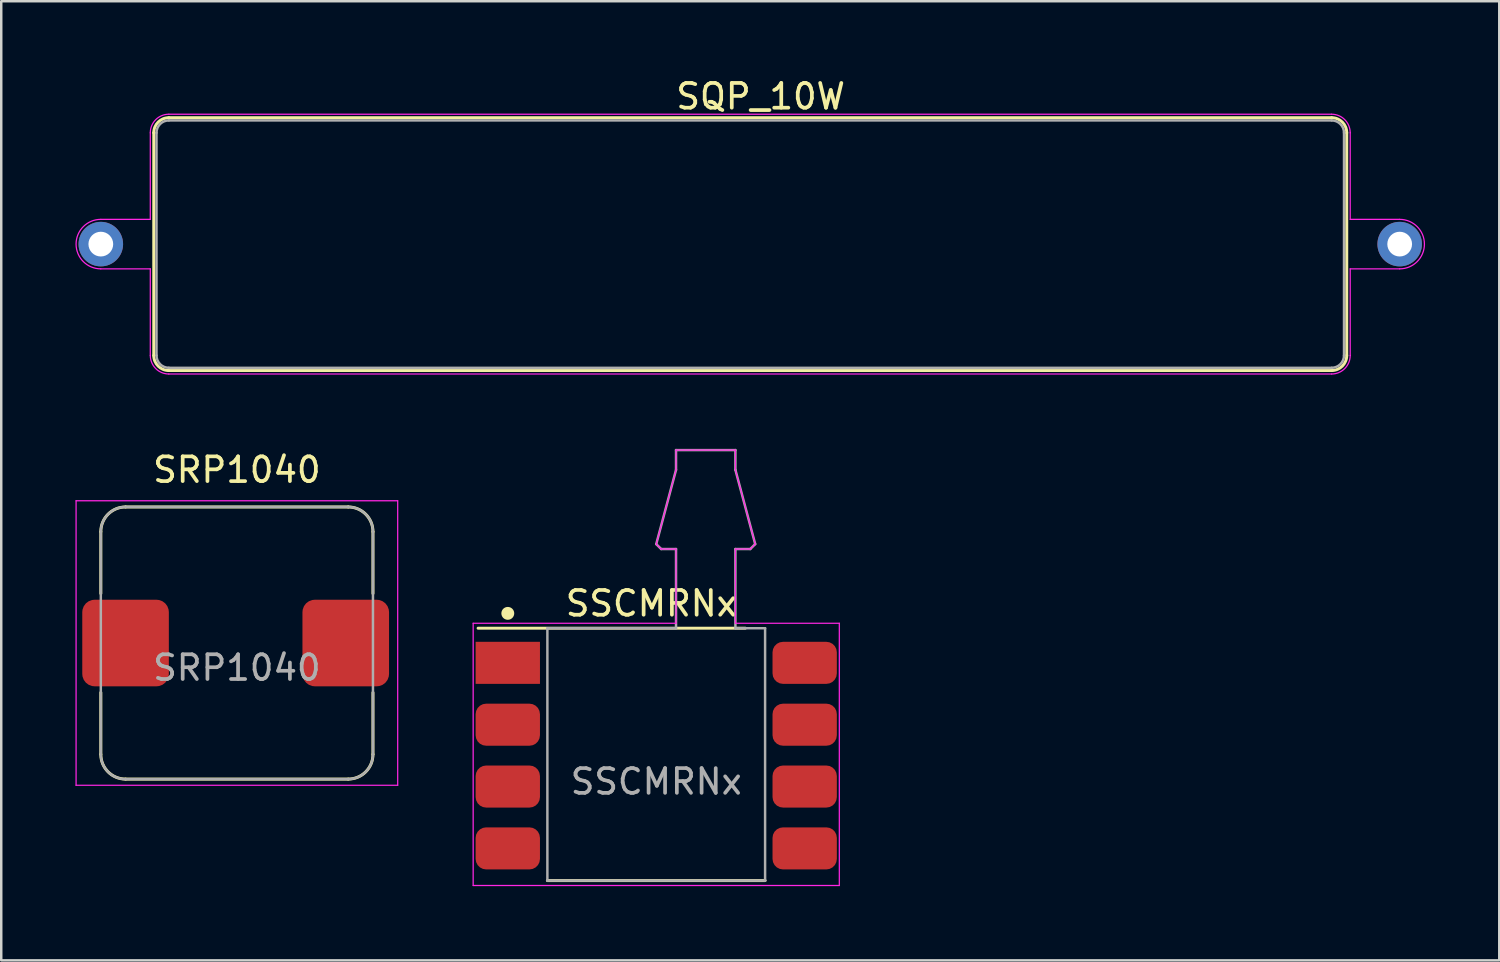
<source format=kicad_pcb>
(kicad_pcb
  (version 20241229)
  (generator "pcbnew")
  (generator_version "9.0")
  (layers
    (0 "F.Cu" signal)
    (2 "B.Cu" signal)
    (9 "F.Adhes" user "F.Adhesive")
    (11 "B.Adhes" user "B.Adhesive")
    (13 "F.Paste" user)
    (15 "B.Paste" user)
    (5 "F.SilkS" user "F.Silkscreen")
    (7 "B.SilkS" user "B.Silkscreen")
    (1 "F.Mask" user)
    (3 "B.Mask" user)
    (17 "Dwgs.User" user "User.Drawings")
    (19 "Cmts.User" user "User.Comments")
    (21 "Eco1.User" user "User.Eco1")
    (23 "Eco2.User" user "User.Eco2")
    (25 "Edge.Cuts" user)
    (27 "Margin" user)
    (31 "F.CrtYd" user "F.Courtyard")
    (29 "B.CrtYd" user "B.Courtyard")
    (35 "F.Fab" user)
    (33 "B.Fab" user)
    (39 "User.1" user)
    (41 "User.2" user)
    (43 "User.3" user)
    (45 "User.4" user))
  (footprint "SRP1040"
    (layer "F.Cu")
    (at 6.525 22.941)
    (property "Reference" "SRP1040" (at 0 -7 0) (unlocked yes) (layer "F.SilkS") (effects (font (size 1 1) (thickness 0.15))))
    (attr smd)
    (fp_line (start -5.5 -2) (end -5.5 -4.5) (stroke (width 0.12) (type solid)) (layer "F.SilkS"))
    (fp_line (start -5.5 4.5) (end -5.5 2) (stroke (width 0.12) (type solid)) (layer "F.SilkS"))
    (fp_line (start -4.5 5.5) (end 4.5 5.5) (stroke (width 0.12) (type solid)) (layer "F.SilkS"))
    (fp_line (start 4.5 -5.5) (end -4.5 -5.5) (stroke (width 0.12) (type solid)) (layer "F.SilkS"))
    (fp_line (start 5.5 -4.5) (end 5.5 -2) (stroke (width 0.12) (type solid)) (layer "F.SilkS"))
    (fp_line (start 5.5 4.5) (end 5.5 2) (stroke (width 0.12) (type solid)) (layer "F.SilkS"))
    (fp_arc (start -5.5 -4.5) (mid -5.207107 -5.207107) (end -4.5 -5.5) (stroke (width 0.12) (type solid)) (layer "F.SilkS"))
    (fp_arc (start -4.5 5.5) (mid -5.207107 5.207107) (end -5.5 4.5) (stroke (width 0.12) (type solid)) (layer "F.SilkS"))
    (fp_arc (start 4.5 -5.5) (mid 5.207107 -5.207107) (end 5.5 -4.5) (stroke (width 0.12) (type solid)) (layer "F.SilkS"))
    (fp_arc (start 5.5 4.5) (mid 5.207107 5.207107) (end 4.5 5.5) (stroke (width 0.12) (type solid)) (layer "F.SilkS"))
    (fp_line (start -6.5 -5.75) (end -6.5 5.75) (stroke (width 0.05) (type solid)) (layer "F.CrtYd"))
    (fp_line (start -6.5 5.75) (end 6.5 5.75) (stroke (width 0.05) (type solid)) (layer "F.CrtYd"))
    (fp_line (start 6.5 -5.75) (end -6.5 -5.75) (stroke (width 0.05) (type solid)) (layer "F.CrtYd"))
    (fp_line (start 6.5 5.75) (end 6.5 -5.75) (stroke (width 0.05) (type solid)) (layer "F.CrtYd"))
    (fp_line (start -5.5 -4.5) (end -5.5 4.5) (stroke (width 0.1) (type solid)) (layer "F.Fab"))
    (fp_line (start -4.5 5.5) (end 4.5 5.5) (stroke (width 0.1) (type solid)) (layer "F.Fab"))
    (fp_line (start 4.5 -5.5) (end -4.5 -5.5) (stroke (width 0.1) (type solid)) (layer "F.Fab"))
    (fp_line (start 5.5 4.5) (end 5.5 -4.5) (stroke (width 0.1) (type solid)) (layer "F.Fab"))
    (fp_arc (start -5.5 -4.5) (mid -5.207107 -5.207107) (end -4.5 -5.5) (stroke (width 0.1) (type solid)) (layer "F.Fab"))
    (fp_arc (start -4.5 5.5) (mid -5.207107 5.207107) (end -5.5 4.5) (stroke (width 0.1) (type solid)) (layer "F.Fab"))
    (fp_arc (start 4.5 -5.5) (mid 5.207107 -5.207107) (end 5.5 -4.5) (stroke (width 0.1) (type solid)) (layer "F.Fab"))
    (fp_arc (start 5.5 4.5) (mid 5.207107 5.207107) (end 4.5 5.5) (stroke (width 0.1) (type solid)) (layer "F.Fab"))
    (fp_text user "${REFERENCE}" (at 0 1 0) (unlocked yes) (layer "F.Fab") (effects (font (size 1 1) (thickness 0.15))))
    (pad "1" smd roundrect (at -4.5 0) (size 3.5 3.5) (layers "F.Cu" "F.Mask" "F.Paste") (roundrect_rratio 0.143))
    (pad "2" smd roundrect (at 4.4 0) (size 3.5 3.5) (layers "F.Cu" "F.Mask" "F.Paste") (roundrect_rratio 0.143)))
  (footprint "SSCMRNx"
    (layer "F.Cu")
    (at 23.475 27.542)
    (property "Reference" "SSCMRNx" (at -0.2 -6.2 0) (unlocked yes) (layer "F.SilkS") (effects (font (size 1 1) (thickness 0.15))))
    (attr smd)
    (fp_line (start -7.2 -5.2) (end 3.6 -5.2) (stroke (width 0.12) (type solid)) (layer "F.SilkS"))
    (fp_line (start -4.4 5) (end 4.4 5) (stroke (width 0.12) (type solid)) (layer "F.SilkS"))
    (fp_circle (center -6 -5.8) (end -5.8 -5.8) (stroke (width 0.12) (type solid)) (fill yes) (layer "F.SilkS"))
    (fp_line (start -7.4 -5.4) (end -7.4 5.2) (stroke (width 0.05) (type solid)) (layer "F.CrtYd"))
    (fp_line (start -7.4 5.2) (end 7.4 5.2) (stroke (width 0.05) (type solid)) (layer "F.CrtYd"))
    (fp_line (start 0 -8.6) (end 0.2 -8.4) (stroke (width 0.05) (type solid)) (layer "F.CrtYd"))
    (fp_line (start 0.2 -8.4) (end 0.8 -8.4) (stroke (width 0.05) (type solid)) (layer "F.CrtYd"))
    (fp_line (start 0.8 -12.4) (end 0.8 -11.6) (stroke (width 0.05) (type solid)) (layer "F.CrtYd"))
    (fp_line (start 0.8 -11.6) (end 0 -8.6) (stroke (width 0.05) (type solid)) (layer "F.CrtYd"))
    (fp_line (start 0.8 -8.4) (end 0.8 -5.4) (stroke (width 0.05) (type solid)) (layer "F.CrtYd"))
    (fp_line (start 0.8 -5.4) (end -7.4 -5.4) (stroke (width 0.05) (type solid)) (layer "F.CrtYd"))
    (fp_line (start 3.2 -12.4) (end 0.8 -12.4) (stroke (width 0.05) (type solid)) (layer "F.CrtYd"))
    (fp_line (start 3.2 -11.6) (end 3.2 -12.4) (stroke (width 0.05) (type solid)) (layer "F.CrtYd"))
    (fp_line (start 3.2 -8.4) (end 3.8 -8.4) (stroke (width 0.05) (type solid)) (layer "F.CrtYd"))
    (fp_line (start 3.2 -5.4) (end 3.2 -8.4) (stroke (width 0.05) (type solid)) (layer "F.CrtYd"))
    (fp_line (start 3.8 -8.4) (end 4 -8.6) (stroke (width 0.05) (type solid)) (layer "F.CrtYd"))
    (fp_line (start 4 -8.6) (end 3.2 -11.6) (stroke (width 0.05) (type solid)) (layer "F.CrtYd"))
    (fp_line (start 7.4 -5.4) (end 3.2 -5.4) (stroke (width 0.05) (type solid)) (layer "F.CrtYd"))
    (fp_line (start 7.4 5.2) (end 7.4 -5.4) (stroke (width 0.05) (type solid)) (layer "F.CrtYd"))
    (fp_line (start -4.4 -5.2) (end 0.8 -5.2) (stroke (width 0.1) (type solid)) (layer "F.Fab"))
    (fp_line (start -4.4 5) (end -4.4 -5.2) (stroke (width 0.1) (type solid)) (layer "F.Fab"))
    (fp_line (start 0 -8.6) (end 0.8 -11.6) (stroke (width 0.1) (type solid)) (layer "F.Fab"))
    (fp_line (start 0.2 -8.4) (end 0 -8.6) (stroke (width 0.1) (type solid)) (layer "F.Fab"))
    (fp_line (start 0.8 -12.4) (end 3.2 -12.4) (stroke (width 0.1) (type solid)) (layer "F.Fab"))
    (fp_line (start 0.8 -11.6) (end 0.8 -12.4) (stroke (width 0.1) (type solid)) (layer "F.Fab"))
    (fp_line (start 0.8 -8.4) (end 0.2 -8.4) (stroke (width 0.1) (type solid)) (layer "F.Fab"))
    (fp_line (start 0.8 -5.2) (end 0.8 -8.4) (stroke (width 0.1) (type solid)) (layer "F.Fab"))
    (fp_line (start 3.2 -12.4) (end 3.2 -11.6) (stroke (width 0.1) (type solid)) (layer "F.Fab"))
    (fp_line (start 3.2 -11.6) (end 4 -8.6) (stroke (width 0.1) (type solid)) (layer "F.Fab"))
    (fp_line (start 3.2 -8.4) (end 3.2 -5.2) (stroke (width 0.1) (type solid)) (layer "F.Fab"))
    (fp_line (start 3.2 -5.2) (end 4.4 -5.2) (stroke (width 0.1) (type solid)) (layer "F.Fab"))
    (fp_line (start 3.8 -8.4) (end 3.2 -8.4) (stroke (width 0.1) (type solid)) (layer "F.Fab"))
    (fp_line (start 4 -8.6) (end 3.8 -8.4) (stroke (width 0.1) (type solid)) (layer "F.Fab"))
    (fp_line (start 4.4 -5.2) (end 4.4 5) (stroke (width 0.1) (type solid)) (layer "F.Fab"))
    (fp_line (start 4.4 5) (end -4.4 5) (stroke (width 0.1) (type solid)) (layer "F.Fab"))
    (fp_text user "${REFERENCE}" (at 0 1 0) (unlocked yes) (layer "F.Fab") (effects (font (size 1 1) (thickness 0.15))))
    (pad "1" smd rect (at -6 -3.8) (size 2.6 1.7) (layers "F.Cu" "F.Mask" "F.Paste"))
    (pad "2" smd roundrect (at -6 -1.3) (size 2.6 1.7) (layers "F.Cu" "F.Mask" "F.Paste") (roundrect_rratio 0.25))
    (pad "3" smd roundrect (at -6 1.2) (size 2.6 1.7) (layers "F.Cu" "F.Mask" "F.Paste") (roundrect_rratio 0.25))
    (pad "4" smd roundrect (at -6 3.7) (size 2.6 1.7) (layers "F.Cu" "F.Mask" "F.Paste") (roundrect_rratio 0.25))
    (pad "5" smd roundrect (at 6 3.7) (size 2.6 1.7) (layers "F.Cu" "F.Mask" "F.Paste") (roundrect_rratio 0.25))
    (pad "6" smd roundrect (at 6 1.2) (size 2.6 1.7) (layers "F.Cu" "F.Mask" "F.Paste") (roundrect_rratio 0.25))
    (pad "7" smd roundrect (at 6 -1.3) (size 2.6 1.7) (layers "F.Cu" "F.Mask" "F.Paste") (roundrect_rratio 0.25))
    (pad "8" smd roundrect (at 6 -3.8) (size 2.6 1.7) (layers "F.Cu" "F.Mask" "F.Paste") (roundrect_rratio 0.25)))
  (footprint "SQP_10W"
    (layer "F.Cu")
    (at 1.025 6.817)
    (property "Reference" "SQP_10W" (at 26.67 -5.969 0) (layer "F.SilkS") (effects (font (size 1 1) (thickness 0.15))))
    (attr through_hole)
    (fp_line (start 2.14 -4.5) (end 2.14 4.5) (stroke (width 0.12) (type solid)) (layer "F.SilkS"))
    (fp_line (start 2.75 -5.11) (end 49.75 -5.11) (stroke (width 0.12) (type solid)) (layer "F.SilkS"))
    (fp_line (start 2.75 5.11) (end 49.75 5.11) (stroke (width 0.12) (type solid)) (layer "F.SilkS"))
    (fp_line (start 50.36 -4.5) (end 50.36 4.5) (stroke (width 0.12) (type solid)) (layer "F.SilkS"))
    (fp_arc (start 2.14 -4.5) (mid 2.318665 -4.931335) (end 2.75 -5.11) (stroke (width 0.12) (type solid)) (layer "F.SilkS"))
    (fp_arc (start 2.75 5.110001) (mid 2.318664 4.931336) (end 2.139999 4.5) (stroke (width 0.12) (type solid)) (layer "F.SilkS"))
    (fp_arc (start 49.75 -5.11) (mid 50.181335 -4.931335) (end 50.36 -4.5) (stroke (width 0.12) (type solid)) (layer "F.SilkS"))
    (fp_arc (start 50.36 4.5) (mid 50.181335 4.931335) (end 49.75 5.11) (stroke (width 0.12) (type solid)) (layer "F.SilkS"))
    (fp_line (start 0 -1) (end 2 -1) (stroke (width 0.05) (type solid)) (layer "F.CrtYd"))
    (fp_line (start 0 1) (end 2 1) (stroke (width 0.05) (type solid)) (layer "F.CrtYd"))
    (fp_line (start 2 -4.5) (end 2 -1) (stroke (width 0.05) (type solid)) (layer "F.CrtYd"))
    (fp_line (start 2 1) (end 2 4.5) (stroke (width 0.05) (type solid)) (layer "F.CrtYd"))
    (fp_line (start 2.75 -5.25) (end 49.75 -5.25) (stroke (width 0.05) (type solid)) (layer "F.CrtYd"))
    (fp_line (start 2.75 5.25) (end 49.75 5.25) (stroke (width 0.05) (type solid)) (layer "F.CrtYd"))
    (fp_line (start 50.5 -4.5) (end 50.5 -1) (stroke (width 0.05) (type solid)) (layer "F.CrtYd"))
    (fp_line (start 50.5 1) (end 50.5 4.5) (stroke (width 0.05) (type solid)) (layer "F.CrtYd"))
    (fp_line (start 52.5 -1) (end 50.5 -1) (stroke (width 0.05) (type solid)) (layer "F.CrtYd"))
    (fp_line (start 52.5 1) (end 50.5 1) (stroke (width 0.05) (type solid)) (layer "F.CrtYd"))
    (fp_arc (start 0 1) (mid -1 0) (end 0 -1) (stroke (width 0.05) (type solid)) (layer "F.CrtYd"))
    (fp_arc (start 2 -4.5) (mid 2.21967 -5.03033) (end 2.75 -5.25) (stroke (width 0.05) (type solid)) (layer "F.CrtYd"))
    (fp_arc (start 2.75 5.250001) (mid 2.219669 5.030331) (end 1.999999 4.5) (stroke (width 0.05) (type solid)) (layer "F.CrtYd"))
    (fp_arc (start 49.75 -5.25) (mid 50.28033 -5.03033) (end 50.5 -4.5) (stroke (width 0.05) (type solid)) (layer "F.CrtYd"))
    (fp_arc (start 50.5 4.5) (mid 50.28033 5.03033) (end 49.75 5.25) (stroke (width 0.05) (type solid)) (layer "F.CrtYd"))
    (fp_arc (start 52.5 -0.999999) (mid 53.499999 0) (end 52.5 0.999999) (stroke (width 0.05) (type solid)) (layer "F.CrtYd"))
    (fp_line (start 2.25 -4.5) (end 2.25 4.5) (stroke (width 0.1) (type solid)) (layer "F.Fab"))
    (fp_line (start 2.75 -5) (end 49.75 -5) (stroke (width 0.1) (type solid)) (layer "F.Fab"))
    (fp_line (start 2.75 5) (end 49.75 5) (stroke (width 0.1) (type solid)) (layer "F.Fab"))
    (fp_line (start 50.25 -4.5) (end 50.25 4.5) (stroke (width 0.1) (type solid)) (layer "F.Fab"))
    (fp_arc (start 2.25 -4.5) (mid 2.396447 -4.853553) (end 2.75 -5) (stroke (width 0.1) (type solid)) (layer "F.Fab"))
    (fp_arc (start 2.75 5.000001) (mid 2.396446 4.853554) (end 2.249999 4.5) (stroke (width 0.1) (type solid)) (layer "F.Fab"))
    (fp_arc (start 49.75 -5) (mid 50.103553 -4.853553) (end 50.25 -4.5) (stroke (width 0.1) (type solid)) (layer "F.Fab"))
    (fp_arc (start 50.25 4.5) (mid 50.103553 4.853553) (end 49.75 5) (stroke (width 0.1) (type solid)) (layer "F.Fab"))
    (pad "1" thru_hole circle (at 0 0) (size 1.8 1.8) (drill 1) (layers "*.Cu" "*.Mask"))
    (pad "2" thru_hole circle (at 52.5 0) (size 1.8 1.8) (drill 1) (layers "*.Cu" "*.Mask")))
  (gr_rect
    (start -3 -3)
    (end 57.55 35.767)
    (stroke (width 0.1) (type default))
    (fill no)
    (layer "Edge.Cuts")))
</source>
